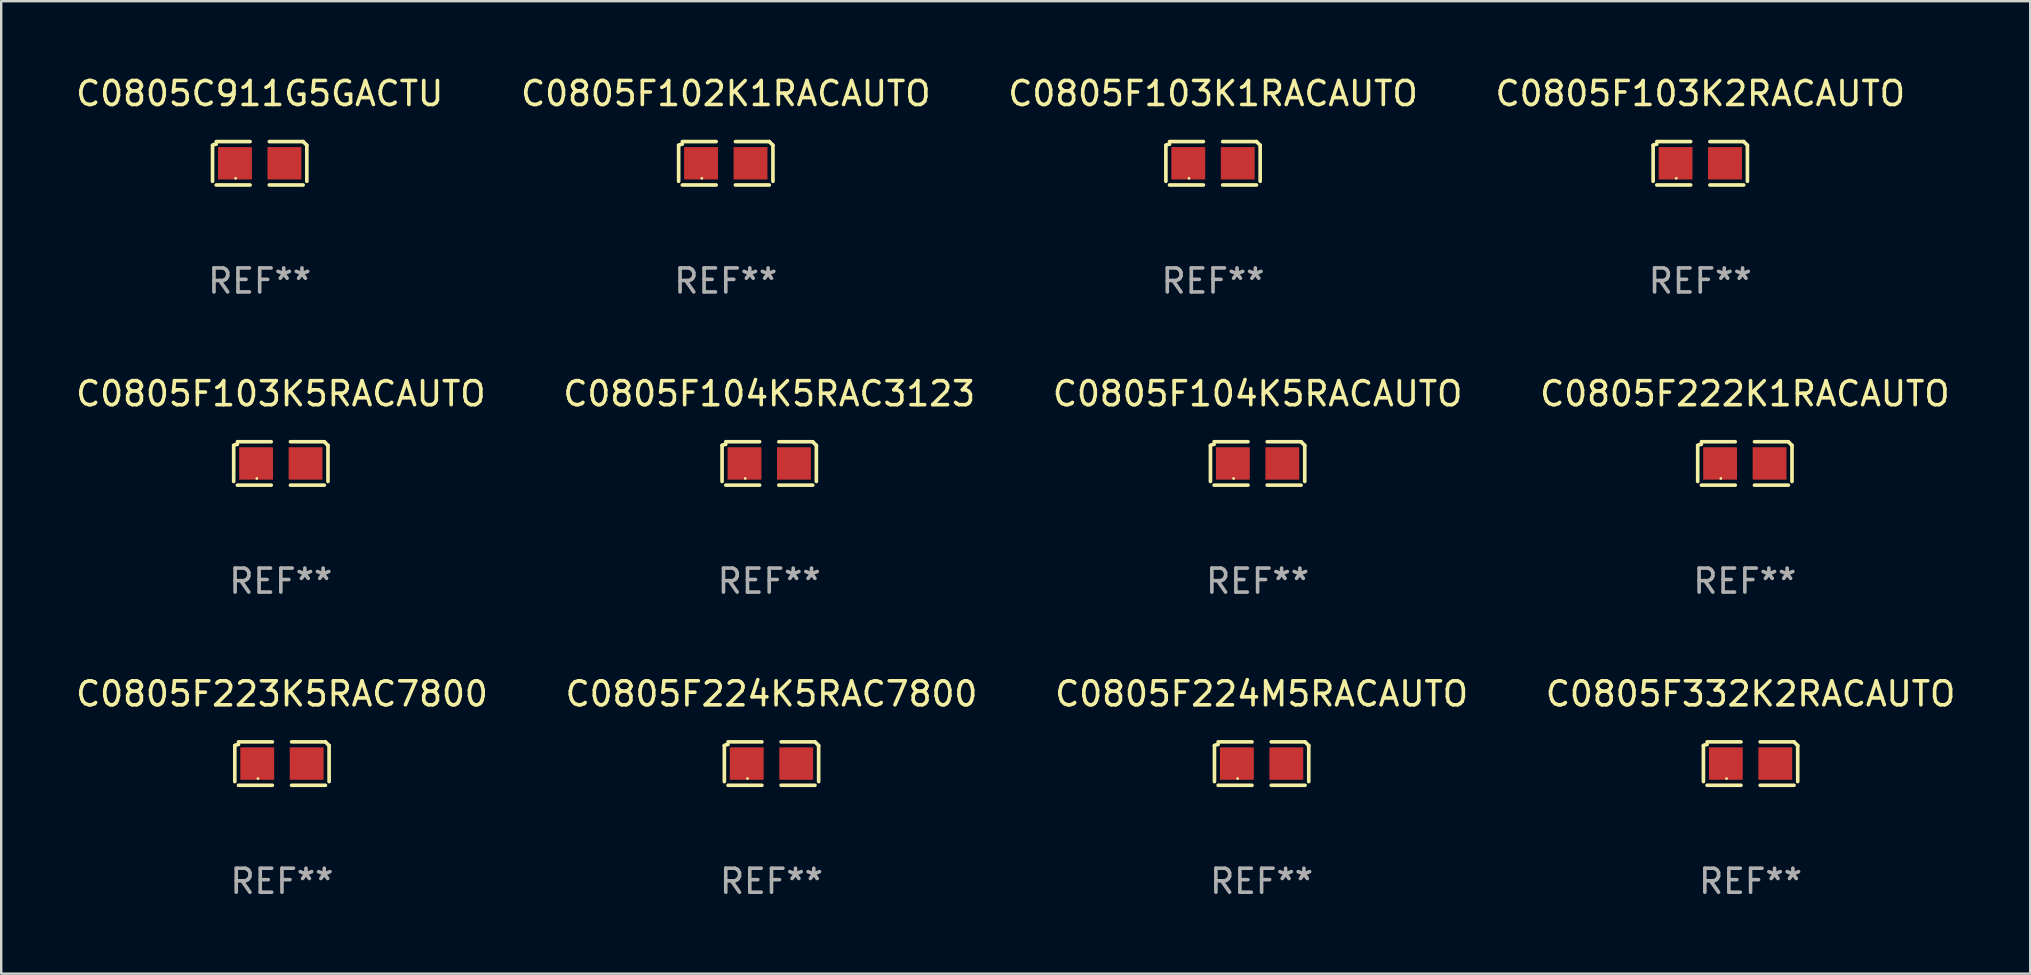
<source format=kicad_pcb>
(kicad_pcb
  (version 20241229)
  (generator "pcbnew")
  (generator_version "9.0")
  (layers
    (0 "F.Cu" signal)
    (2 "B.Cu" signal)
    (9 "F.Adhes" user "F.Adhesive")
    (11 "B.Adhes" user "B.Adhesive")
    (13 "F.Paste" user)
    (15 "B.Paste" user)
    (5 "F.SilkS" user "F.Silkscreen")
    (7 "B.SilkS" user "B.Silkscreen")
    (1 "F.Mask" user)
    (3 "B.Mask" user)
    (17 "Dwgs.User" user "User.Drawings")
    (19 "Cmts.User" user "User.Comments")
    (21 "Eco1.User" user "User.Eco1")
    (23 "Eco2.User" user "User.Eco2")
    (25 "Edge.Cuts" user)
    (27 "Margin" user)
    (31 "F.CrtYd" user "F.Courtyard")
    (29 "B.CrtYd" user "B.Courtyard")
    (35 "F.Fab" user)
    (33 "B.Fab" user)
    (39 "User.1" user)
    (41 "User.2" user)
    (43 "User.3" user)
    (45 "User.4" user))
  (footprint "C0805F104K5RACAUTO"
    (layer "F.Cu")
    (at 49.339 16.256)
    (property "Reference" "C0805F104K5RACAUTO" (at 0 -2.904 0) (layer "F.SilkS") (effects (font (size 1 1) (thickness 0.15))))
    (attr through_hole)
    (fp_line (start -1.964 0.751) (end -1.964 -0.751) (stroke (width 0.152) (type solid)) (layer "F.SilkS"))
    (fp_line (start -1.811 -0.904) (end -0.401 -0.904) (stroke (width 0.152) (type solid)) (layer "F.SilkS"))
    (fp_line (start -0.401 0.904) (end -1.811 0.904) (stroke (width 0.152) (type solid)) (layer "F.SilkS"))
    (fp_line (start 0.401 0.904) (end 1.811 0.904) (stroke (width 0.152) (type solid)) (layer "F.SilkS"))
    (fp_line (start 1.811 -0.904) (end 0.401 -0.904) (stroke (width 0.152) (type solid)) (layer "F.SilkS"))
    (fp_line (start 1.964 0.751) (end 1.964 -0.751) (stroke (width 0.152) (type solid)) (layer "F.SilkS"))
    (fp_arc (start -1.963602 -0.751207) (mid -1.890354 -0.783131) (end -1.811201 -0.794044) (stroke (width 0.1524) (type solid)) (layer "F.SilkS"))
    (fp_arc (start 1.811202 -0.903607) (mid 1.887413 -0.827418) (end 1.963602 -0.751207) (stroke (width 0.1524) (type solid)) (layer "F.SilkS"))
    (fp_circle (center -1 0.625) (end -0.97 0.625) (stroke (width 0.06) (type solid)) (fill no) (layer "F.SilkS"))
    (fp_text user "REF**" (at 0 4.904 0) (layer "F.Fab") (effects (font (size 1 1) (thickness 0.15))))
    (pad "1" smd rect (at -1.03 0) (size 1.41 1.35) (layers "F.Cu" "F.Mask" "F.Paste"))
    (pad "2" smd rect (at 1.03 0) (size 1.41 1.35) (layers "F.Cu" "F.Mask" "F.Paste")))
  (footprint "C0805F224K5RAC7800"
    (layer "F.Cu")
    (at 29.089 28.759)
    (property "Reference" "C0805F224K5RAC7800" (at 0 -2.904 0) (layer "F.SilkS") (effects (font (size 1 1) (thickness 0.15))))
    (attr through_hole)
    (fp_line (start -1.964 0.751) (end -1.964 -0.751) (stroke (width 0.152) (type solid)) (layer "F.SilkS"))
    (fp_line (start -1.811 -0.904) (end -0.401 -0.904) (stroke (width 0.152) (type solid)) (layer "F.SilkS"))
    (fp_line (start -0.401 0.904) (end -1.811 0.904) (stroke (width 0.152) (type solid)) (layer "F.SilkS"))
    (fp_line (start 0.401 0.904) (end 1.811 0.904) (stroke (width 0.152) (type solid)) (layer "F.SilkS"))
    (fp_line (start 1.811 -0.904) (end 0.401 -0.904) (stroke (width 0.152) (type solid)) (layer "F.SilkS"))
    (fp_line (start 1.964 0.751) (end 1.964 -0.751) (stroke (width 0.152) (type solid)) (layer "F.SilkS"))
    (fp_arc (start -1.963602 -0.751207) (mid -1.890354 -0.783131) (end -1.811201 -0.794044) (stroke (width 0.1524) (type solid)) (layer "F.SilkS"))
    (fp_arc (start 1.811202 -0.903607) (mid 1.887413 -0.827418) (end 1.963602 -0.751207) (stroke (width 0.1524) (type solid)) (layer "F.SilkS"))
    (fp_circle (center -1 0.625) (end -0.97 0.625) (stroke (width 0.06) (type solid)) (fill no) (layer "F.SilkS"))
    (fp_text user "REF**" (at 0 4.904 0) (layer "F.Fab") (effects (font (size 1 1) (thickness 0.15))))
    (pad "1" smd rect (at -1.03 0) (size 1.41 1.35) (layers "F.Cu" "F.Mask" "F.Paste"))
    (pad "2" smd rect (at 1.03 0) (size 1.41 1.35) (layers "F.Cu" "F.Mask" "F.Paste")))
  (footprint "C0805C911G5GACTU"
    (layer "F.Cu")
    (at 7.768 3.752)
    (property "Reference" "C0805C911G5GACTU" (at 0 -2.904 0) (layer "F.SilkS") (effects (font (size 1 1) (thickness 0.15))))
    (attr through_hole)
    (fp_line (start -1.964 0.751) (end -1.964 -0.751) (stroke (width 0.152) (type solid)) (layer "F.SilkS"))
    (fp_line (start -1.811 -0.904) (end -0.401 -0.904) (stroke (width 0.152) (type solid)) (layer "F.SilkS"))
    (fp_line (start -0.401 0.904) (end -1.811 0.904) (stroke (width 0.152) (type solid)) (layer "F.SilkS"))
    (fp_line (start 0.401 0.904) (end 1.811 0.904) (stroke (width 0.152) (type solid)) (layer "F.SilkS"))
    (fp_line (start 1.811 -0.904) (end 0.401 -0.904) (stroke (width 0.152) (type solid)) (layer "F.SilkS"))
    (fp_line (start 1.964 0.751) (end 1.964 -0.751) (stroke (width 0.152) (type solid)) (layer "F.SilkS"))
    (fp_arc (start -1.963602 -0.751207) (mid -1.890354 -0.783131) (end -1.811201 -0.794044) (stroke (width 0.1524) (type solid)) (layer "F.SilkS"))
    (fp_arc (start 1.811202 -0.903607) (mid 1.887413 -0.827418) (end 1.963602 -0.751207) (stroke (width 0.1524) (type solid)) (layer "F.SilkS"))
    (fp_circle (center -1 0.625) (end -0.97 0.625) (stroke (width 0.06) (type solid)) (fill no) (layer "F.SilkS"))
    (fp_text user "REF**" (at 0 4.904 0) (layer "F.Fab") (effects (font (size 1 1) (thickness 0.15))))
    (pad "1" smd rect (at -1.03 0) (size 1.41 1.35) (layers "F.Cu" "F.Mask" "F.Paste"))
    (pad "2" smd rect (at 1.03 0) (size 1.41 1.35) (layers "F.Cu" "F.Mask" "F.Paste")))
  (footprint "C0805F224M5RACAUTO"
    (layer "F.Cu")
    (at 49.506 28.759)
    (property "Reference" "C0805F224M5RACAUTO" (at 0 -2.904 0) (layer "F.SilkS") (effects (font (size 1 1) (thickness 0.15))))
    (attr through_hole)
    (fp_line (start -1.964 0.751) (end -1.964 -0.751) (stroke (width 0.152) (type solid)) (layer "F.SilkS"))
    (fp_line (start -1.811 -0.904) (end -0.401 -0.904) (stroke (width 0.152) (type solid)) (layer "F.SilkS"))
    (fp_line (start -0.401 0.904) (end -1.811 0.904) (stroke (width 0.152) (type solid)) (layer "F.SilkS"))
    (fp_line (start 0.401 0.904) (end 1.811 0.904) (stroke (width 0.152) (type solid)) (layer "F.SilkS"))
    (fp_line (start 1.811 -0.904) (end 0.401 -0.904) (stroke (width 0.152) (type solid)) (layer "F.SilkS"))
    (fp_line (start 1.964 0.751) (end 1.964 -0.751) (stroke (width 0.152) (type solid)) (layer "F.SilkS"))
    (fp_arc (start -1.963602 -0.751207) (mid -1.890354 -0.783131) (end -1.811201 -0.794044) (stroke (width 0.1524) (type solid)) (layer "F.SilkS"))
    (fp_arc (start 1.811202 -0.903607) (mid 1.887413 -0.827418) (end 1.963602 -0.751207) (stroke (width 0.1524) (type solid)) (layer "F.SilkS"))
    (fp_circle (center -1 0.625) (end -0.97 0.625) (stroke (width 0.06) (type solid)) (fill no) (layer "F.SilkS"))
    (fp_text user "REF**" (at 0 4.904 0) (layer "F.Fab") (effects (font (size 1 1) (thickness 0.15))))
    (pad "1" smd rect (at -1.03 0) (size 1.41 1.35) (layers "F.Cu" "F.Mask" "F.Paste"))
    (pad "2" smd rect (at 1.03 0) (size 1.41 1.35) (layers "F.Cu" "F.Mask" "F.Paste")))
  (footprint "C0805F332K2RACAUTO"
    (layer "F.Cu")
    (at 69.875 28.759)
    (property "Reference" "C0805F332K2RACAUTO" (at 0 -2.904 0) (layer "F.SilkS") (effects (font (size 1 1) (thickness 0.15))))
    (attr through_hole)
    (fp_line (start -1.964 0.751) (end -1.964 -0.751) (stroke (width 0.152) (type solid)) (layer "F.SilkS"))
    (fp_line (start -1.811 -0.904) (end -0.401 -0.904) (stroke (width 0.152) (type solid)) (layer "F.SilkS"))
    (fp_line (start -0.401 0.904) (end -1.811 0.904) (stroke (width 0.152) (type solid)) (layer "F.SilkS"))
    (fp_line (start 0.401 0.904) (end 1.811 0.904) (stroke (width 0.152) (type solid)) (layer "F.SilkS"))
    (fp_line (start 1.811 -0.904) (end 0.401 -0.904) (stroke (width 0.152) (type solid)) (layer "F.SilkS"))
    (fp_line (start 1.964 0.751) (end 1.964 -0.751) (stroke (width 0.152) (type solid)) (layer "F.SilkS"))
    (fp_arc (start -1.963602 -0.751207) (mid -1.890354 -0.783131) (end -1.811201 -0.794044) (stroke (width 0.1524) (type solid)) (layer "F.SilkS"))
    (fp_arc (start 1.811202 -0.903607) (mid 1.887413 -0.827418) (end 1.963602 -0.751207) (stroke (width 0.1524) (type solid)) (layer "F.SilkS"))
    (fp_circle (center -1 0.625) (end -0.97 0.625) (stroke (width 0.06) (type solid)) (fill no) (layer "F.SilkS"))
    (fp_text user "REF**" (at 0 4.904 0) (layer "F.Fab") (effects (font (size 1 1) (thickness 0.15))))
    (pad "1" smd rect (at -1.03 0) (size 1.41 1.35) (layers "F.Cu" "F.Mask" "F.Paste"))
    (pad "2" smd rect (at 1.03 0) (size 1.41 1.35) (layers "F.Cu" "F.Mask" "F.Paste")))
  (footprint "C0805F103K5RACAUTO"
    (layer "F.Cu")
    (at 8.649 16.256)
    (property "Reference" "C0805F103K5RACAUTO" (at 0 -2.904 0) (layer "F.SilkS") (effects (font (size 1 1) (thickness 0.15))))
    (attr through_hole)
    (fp_line (start -1.964 0.751) (end -1.964 -0.751) (stroke (width 0.152) (type solid)) (layer "F.SilkS"))
    (fp_line (start -1.811 -0.904) (end -0.401 -0.904) (stroke (width 0.152) (type solid)) (layer "F.SilkS"))
    (fp_line (start -0.401 0.904) (end -1.811 0.904) (stroke (width 0.152) (type solid)) (layer "F.SilkS"))
    (fp_line (start 0.401 0.904) (end 1.811 0.904) (stroke (width 0.152) (type solid)) (layer "F.SilkS"))
    (fp_line (start 1.811 -0.904) (end 0.401 -0.904) (stroke (width 0.152) (type solid)) (layer "F.SilkS"))
    (fp_line (start 1.964 0.751) (end 1.964 -0.751) (stroke (width 0.152) (type solid)) (layer "F.SilkS"))
    (fp_arc (start -1.963602 -0.751207) (mid -1.890354 -0.783131) (end -1.811201 -0.794044) (stroke (width 0.1524) (type solid)) (layer "F.SilkS"))
    (fp_arc (start 1.811202 -0.903607) (mid 1.887413 -0.827418) (end 1.963602 -0.751207) (stroke (width 0.1524) (type solid)) (layer "F.SilkS"))
    (fp_circle (center -1 0.625) (end -0.97 0.625) (stroke (width 0.06) (type solid)) (fill no) (layer "F.SilkS"))
    (fp_text user "REF**" (at 0 4.904 0) (layer "F.Fab") (effects (font (size 1 1) (thickness 0.15))))
    (pad "1" smd rect (at -1.03 0) (size 1.41 1.35) (layers "F.Cu" "F.Mask" "F.Paste"))
    (pad "2" smd rect (at 1.03 0) (size 1.41 1.35) (layers "F.Cu" "F.Mask" "F.Paste")))
  (footprint "C0805F104K5RAC3123"
    (layer "F.Cu")
    (at 28.994 16.256)
    (property "Reference" "C0805F104K5RAC3123" (at 0 -2.904 0) (layer "F.SilkS") (effects (font (size 1 1) (thickness 0.15))))
    (attr through_hole)
    (fp_line (start -1.964 0.751) (end -1.964 -0.751) (stroke (width 0.152) (type solid)) (layer "F.SilkS"))
    (fp_line (start -1.811 -0.904) (end -0.401 -0.904) (stroke (width 0.152) (type solid)) (layer "F.SilkS"))
    (fp_line (start -0.401 0.904) (end -1.811 0.904) (stroke (width 0.152) (type solid)) (layer "F.SilkS"))
    (fp_line (start 0.401 0.904) (end 1.811 0.904) (stroke (width 0.152) (type solid)) (layer "F.SilkS"))
    (fp_line (start 1.811 -0.904) (end 0.401 -0.904) (stroke (width 0.152) (type solid)) (layer "F.SilkS"))
    (fp_line (start 1.964 0.751) (end 1.964 -0.751) (stroke (width 0.152) (type solid)) (layer "F.SilkS"))
    (fp_arc (start -1.963602 -0.751207) (mid -1.890354 -0.783131) (end -1.811201 -0.794044) (stroke (width 0.1524) (type solid)) (layer "F.SilkS"))
    (fp_arc (start 1.811202 -0.903607) (mid 1.887413 -0.827418) (end 1.963602 -0.751207) (stroke (width 0.1524) (type solid)) (layer "F.SilkS"))
    (fp_circle (center -1 0.625) (end -0.97 0.625) (stroke (width 0.06) (type solid)) (fill no) (layer "F.SilkS"))
    (fp_text user "REF**" (at 0 4.904 0) (layer "F.Fab") (effects (font (size 1 1) (thickness 0.15))))
    (pad "1" smd rect (at -1.03 0) (size 1.41 1.35) (layers "F.Cu" "F.Mask" "F.Paste"))
    (pad "2" smd rect (at 1.03 0) (size 1.41 1.35) (layers "F.Cu" "F.Mask" "F.Paste")))
  (footprint "C0805F103K2RACAUTO"
    (layer "F.Cu")
    (at 67.78 3.752)
    (property "Reference" "C0805F103K2RACAUTO" (at 0 -2.904 0) (layer "F.SilkS") (effects (font (size 1 1) (thickness 0.15))))
    (attr through_hole)
    (fp_line (start -1.964 0.751) (end -1.964 -0.751) (stroke (width 0.152) (type solid)) (layer "F.SilkS"))
    (fp_line (start -1.811 -0.904) (end -0.401 -0.904) (stroke (width 0.152) (type solid)) (layer "F.SilkS"))
    (fp_line (start -0.401 0.904) (end -1.811 0.904) (stroke (width 0.152) (type solid)) (layer "F.SilkS"))
    (fp_line (start 0.401 0.904) (end 1.811 0.904) (stroke (width 0.152) (type solid)) (layer "F.SilkS"))
    (fp_line (start 1.811 -0.904) (end 0.401 -0.904) (stroke (width 0.152) (type solid)) (layer "F.SilkS"))
    (fp_line (start 1.964 0.751) (end 1.964 -0.751) (stroke (width 0.152) (type solid)) (layer "F.SilkS"))
    (fp_arc (start -1.963602 -0.751207) (mid -1.890354 -0.783131) (end -1.811201 -0.794044) (stroke (width 0.1524) (type solid)) (layer "F.SilkS"))
    (fp_arc (start 1.811202 -0.903607) (mid 1.887413 -0.827418) (end 1.963602 -0.751207) (stroke (width 0.1524) (type solid)) (layer "F.SilkS"))
    (fp_circle (center -1 0.625) (end -0.97 0.625) (stroke (width 0.06) (type solid)) (fill no) (layer "F.SilkS"))
    (fp_text user "REF**" (at 0 4.904 0) (layer "F.Fab") (effects (font (size 1 1) (thickness 0.15))))
    (pad "1" smd rect (at -1.03 0) (size 1.41 1.35) (layers "F.Cu" "F.Mask" "F.Paste"))
    (pad "2" smd rect (at 1.03 0) (size 1.41 1.35) (layers "F.Cu" "F.Mask" "F.Paste")))
  (footprint "C0805F223K5RAC7800"
    (layer "F.Cu")
    (at 8.696 28.759)
    (property "Reference" "C0805F223K5RAC7800" (at 0 -2.904 0) (layer "F.SilkS") (effects (font (size 1 1) (thickness 0.15))))
    (attr through_hole)
    (fp_line (start -1.964 0.751) (end -1.964 -0.751) (stroke (width 0.152) (type solid)) (layer "F.SilkS"))
    (fp_line (start -1.811 -0.904) (end -0.401 -0.904) (stroke (width 0.152) (type solid)) (layer "F.SilkS"))
    (fp_line (start -0.401 0.904) (end -1.811 0.904) (stroke (width 0.152) (type solid)) (layer "F.SilkS"))
    (fp_line (start 0.401 0.904) (end 1.811 0.904) (stroke (width 0.152) (type solid)) (layer "F.SilkS"))
    (fp_line (start 1.811 -0.904) (end 0.401 -0.904) (stroke (width 0.152) (type solid)) (layer "F.SilkS"))
    (fp_line (start 1.964 0.751) (end 1.964 -0.751) (stroke (width 0.152) (type solid)) (layer "F.SilkS"))
    (fp_arc (start -1.963602 -0.751207) (mid -1.890354 -0.783131) (end -1.811201 -0.794044) (stroke (width 0.1524) (type solid)) (layer "F.SilkS"))
    (fp_arc (start 1.811202 -0.903607) (mid 1.887413 -0.827418) (end 1.963602 -0.751207) (stroke (width 0.1524) (type solid)) (layer "F.SilkS"))
    (fp_circle (center -1 0.625) (end -0.97 0.625) (stroke (width 0.06) (type solid)) (fill no) (layer "F.SilkS"))
    (fp_text user "REF**" (at 0 4.904 0) (layer "F.Fab") (effects (font (size 1 1) (thickness 0.15))))
    (pad "1" smd rect (at -1.03 0) (size 1.41 1.35) (layers "F.Cu" "F.Mask" "F.Paste"))
    (pad "2" smd rect (at 1.03 0) (size 1.41 1.35) (layers "F.Cu" "F.Mask" "F.Paste")))
  (footprint "C0805F102K1RACAUTO"
    (layer "F.Cu")
    (at 27.185 3.752)
    (property "Reference" "C0805F102K1RACAUTO" (at 0 -2.904 0) (layer "F.SilkS") (effects (font (size 1 1) (thickness 0.15))))
    (attr through_hole)
    (fp_line (start -1.964 0.751) (end -1.964 -0.751) (stroke (width 0.152) (type solid)) (layer "F.SilkS"))
    (fp_line (start -1.811 -0.904) (end -0.401 -0.904) (stroke (width 0.152) (type solid)) (layer "F.SilkS"))
    (fp_line (start -0.401 0.904) (end -1.811 0.904) (stroke (width 0.152) (type solid)) (layer "F.SilkS"))
    (fp_line (start 0.401 0.904) (end 1.811 0.904) (stroke (width 0.152) (type solid)) (layer "F.SilkS"))
    (fp_line (start 1.811 -0.904) (end 0.401 -0.904) (stroke (width 0.152) (type solid)) (layer "F.SilkS"))
    (fp_line (start 1.964 0.751) (end 1.964 -0.751) (stroke (width 0.152) (type solid)) (layer "F.SilkS"))
    (fp_arc (start -1.963602 -0.751207) (mid -1.890354 -0.783131) (end -1.811201 -0.794044) (stroke (width 0.1524) (type solid)) (layer "F.SilkS"))
    (fp_arc (start 1.811202 -0.903607) (mid 1.887413 -0.827418) (end 1.963602 -0.751207) (stroke (width 0.1524) (type solid)) (layer "F.SilkS"))
    (fp_circle (center -1 0.625) (end -0.97 0.625) (stroke (width 0.06) (type solid)) (fill no) (layer "F.SilkS"))
    (fp_text user "REF**" (at 0 4.904 0) (layer "F.Fab") (effects (font (size 1 1) (thickness 0.15))))
    (pad "1" smd rect (at -1.03 0) (size 1.41 1.35) (layers "F.Cu" "F.Mask" "F.Paste"))
    (pad "2" smd rect (at 1.03 0) (size 1.41 1.35) (layers "F.Cu" "F.Mask" "F.Paste")))
  (footprint "C0805F103K1RACAUTO"
    (layer "F.Cu")
    (at 47.482 3.752)
    (property "Reference" "C0805F103K1RACAUTO" (at 0 -2.904 0) (layer "F.SilkS") (effects (font (size 1 1) (thickness 0.15))))
    (attr through_hole)
    (fp_line (start -1.964 0.751) (end -1.964 -0.751) (stroke (width 0.152) (type solid)) (layer "F.SilkS"))
    (fp_line (start -1.811 -0.904) (end -0.401 -0.904) (stroke (width 0.152) (type solid)) (layer "F.SilkS"))
    (fp_line (start -0.401 0.904) (end -1.811 0.904) (stroke (width 0.152) (type solid)) (layer "F.SilkS"))
    (fp_line (start 0.401 0.904) (end 1.811 0.904) (stroke (width 0.152) (type solid)) (layer "F.SilkS"))
    (fp_line (start 1.811 -0.904) (end 0.401 -0.904) (stroke (width 0.152) (type solid)) (layer "F.SilkS"))
    (fp_line (start 1.964 0.751) (end 1.964 -0.751) (stroke (width 0.152) (type solid)) (layer "F.SilkS"))
    (fp_arc (start -1.963602 -0.751207) (mid -1.890354 -0.783131) (end -1.811201 -0.794044) (stroke (width 0.1524) (type solid)) (layer "F.SilkS"))
    (fp_arc (start 1.811202 -0.903607) (mid 1.887413 -0.827418) (end 1.963602 -0.751207) (stroke (width 0.1524) (type solid)) (layer "F.SilkS"))
    (fp_circle (center -1 0.625) (end -0.97 0.625) (stroke (width 0.06) (type solid)) (fill no) (layer "F.SilkS"))
    (fp_text user "REF**" (at 0 4.904 0) (layer "F.Fab") (effects (font (size 1 1) (thickness 0.15))))
    (pad "1" smd rect (at -1.03 0) (size 1.41 1.35) (layers "F.Cu" "F.Mask" "F.Paste"))
    (pad "2" smd rect (at 1.03 0) (size 1.41 1.35) (layers "F.Cu" "F.Mask" "F.Paste")))
  (footprint "C0805F222K1RACAUTO"
    (layer "F.Cu")
    (at 69.637 16.256)
    (property "Reference" "C0805F222K1RACAUTO" (at 0 -2.904 0) (layer "F.SilkS") (effects (font (size 1 1) (thickness 0.15))))
    (attr through_hole)
    (fp_line (start -1.964 0.751) (end -1.964 -0.751) (stroke (width 0.152) (type solid)) (layer "F.SilkS"))
    (fp_line (start -1.811 -0.904) (end -0.401 -0.904) (stroke (width 0.152) (type solid)) (layer "F.SilkS"))
    (fp_line (start -0.401 0.904) (end -1.811 0.904) (stroke (width 0.152) (type solid)) (layer "F.SilkS"))
    (fp_line (start 0.401 0.904) (end 1.811 0.904) (stroke (width 0.152) (type solid)) (layer "F.SilkS"))
    (fp_line (start 1.811 -0.904) (end 0.401 -0.904) (stroke (width 0.152) (type solid)) (layer "F.SilkS"))
    (fp_line (start 1.964 0.751) (end 1.964 -0.751) (stroke (width 0.152) (type solid)) (layer "F.SilkS"))
    (fp_arc (start -1.963602 -0.751207) (mid -1.890354 -0.783131) (end -1.811201 -0.794044) (stroke (width 0.1524) (type solid)) (layer "F.SilkS"))
    (fp_arc (start 1.811202 -0.903607) (mid 1.887413 -0.827418) (end 1.963602 -0.751207) (stroke (width 0.1524) (type solid)) (layer "F.SilkS"))
    (fp_circle (center -1 0.625) (end -0.97 0.625) (stroke (width 0.06) (type solid)) (fill no) (layer "F.SilkS"))
    (fp_text user "REF**" (at 0 4.904 0) (layer "F.Fab") (effects (font (size 1 1) (thickness 0.15))))
    (pad "1" smd rect (at -1.03 0) (size 1.41 1.35) (layers "F.Cu" "F.Mask" "F.Paste"))
    (pad "2" smd rect (at 1.03 0) (size 1.41 1.35) (layers "F.Cu" "F.Mask" "F.Paste")))
  (gr_rect
    (start -3 -3)
    (end 81.524 37.511)
    (stroke (width 0.1) (type default))
    (fill no)
    (layer "Edge.Cuts")))
</source>
